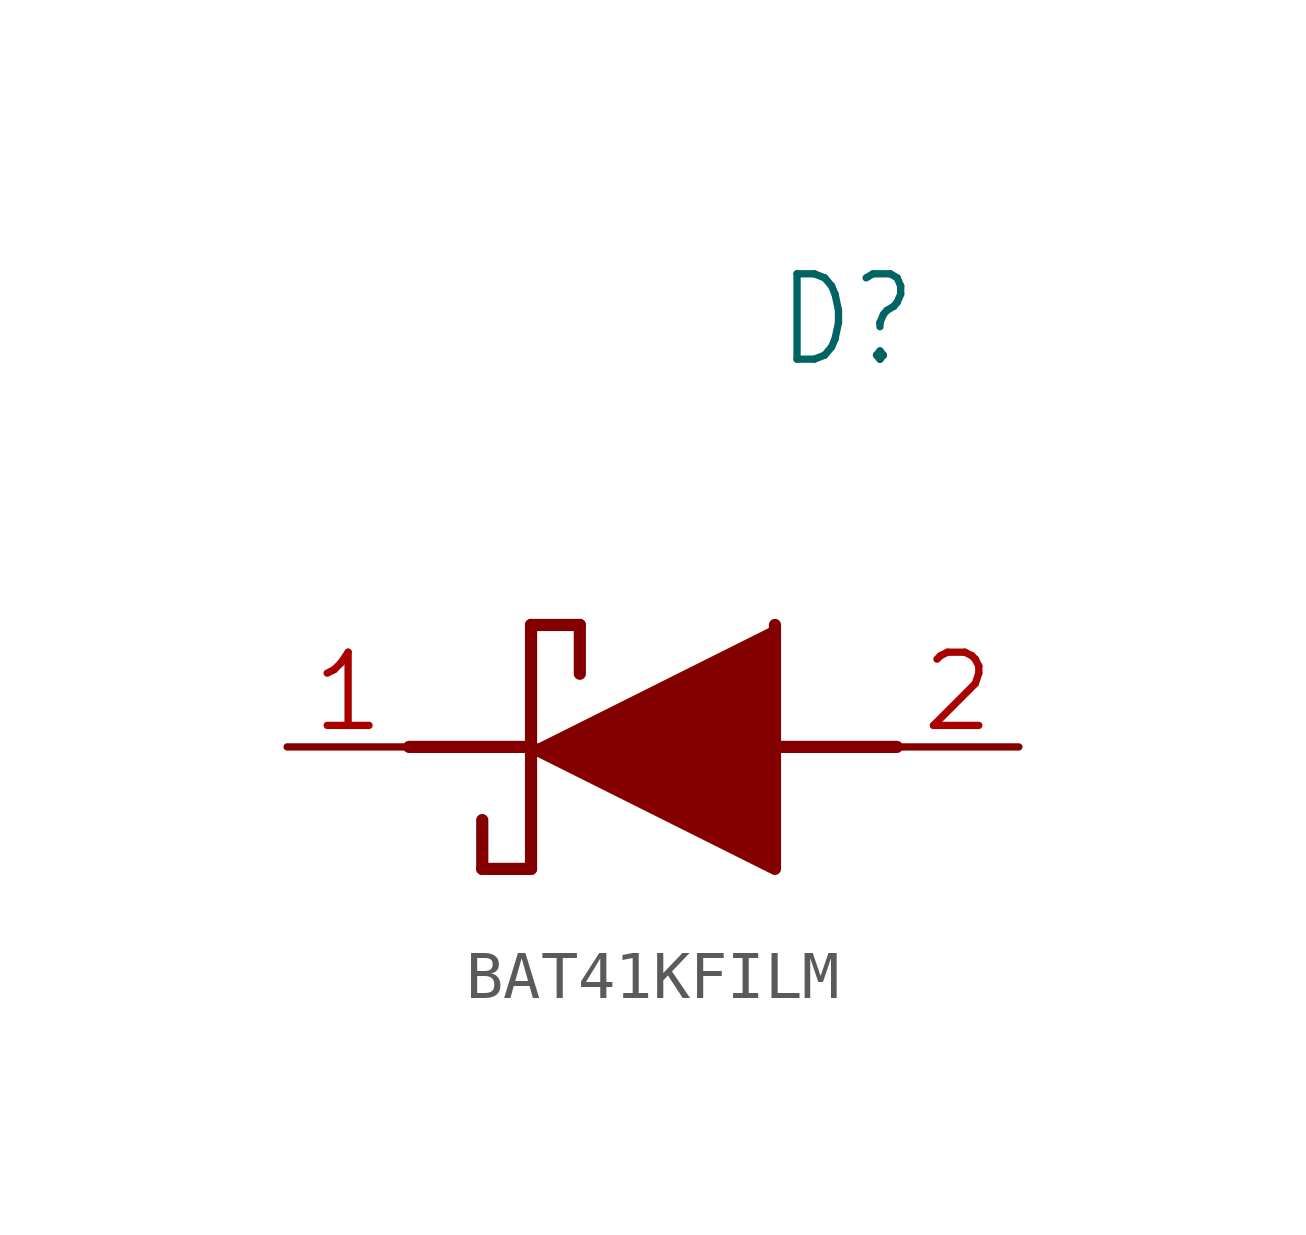
<source format=kicad_sym>
(kicad_symbol_lib
  (version 20241209)
  (generator "kicad_symbol_editor")
  (generator_version "9.0")
  (symbol "BAT41KFILM"
    (property "Reference" "D"
      (at 12.7 8.89 0)
      (effects (font (size 1.778 1.511)) (justify left)))
    (property "Value" ""
      (at 12.7 6.35 0)
      (effects (font (size 1.778 1.511)) (justify left)))
    (property "ki_locked" ""
      (at 0 0 0)
      (effects (font (size 1.27 1.27))))
    (symbol "BAT41KFILM_1_0"
      (polyline (pts (xy 5.08 0) (xy 7.62 0)) (stroke (width 0.254) (type solid)) (fill (type none)))
      (polyline (pts (xy 6.604 -1.524) (xy 6.604 -2.54)) (stroke (width 0.254) (type solid)) (fill (type none)))
      (polyline (pts (xy 7.62 2.54) (xy 7.62 -2.54)) (stroke (width 0.254) (type solid)) (fill (type none)))
      (polyline (pts (xy 7.62 2.54) (xy 8.636 2.54)) (stroke (width 0.254) (type solid)) (fill (type none)))
      (polyline (pts (xy 7.62 0) (xy 12.7 -2.54) (xy 12.7 2.54)) (stroke (width 0.254) (type solid)) (fill (type outline)))
      (polyline (pts (xy 7.62 -2.54) (xy 6.604 -2.54)) (stroke (width 0.254) (type solid)) (fill (type none)))
      (polyline (pts (xy 8.636 1.524) (xy 8.636 2.54)) (stroke (width 0.254) (type solid)) (fill (type none)))
      (polyline (pts (xy 12.7 0) (xy 15.24 0)) (stroke (width 0.254) (type solid)) (fill (type none)))
      (pin bidirectional line (at 2.54 0 0) (length 2.54) (name "K" (effects (font (size 0 0)))) (number "1" (effects (font (size 1.524 1.524)))))
      (pin bidirectional line (at 17.78 0 180) (length 2.54) (name "A" (effects (font (size 0 0)))) (number "2" (effects (font (size 1.524 1.524))))))))
</source>
